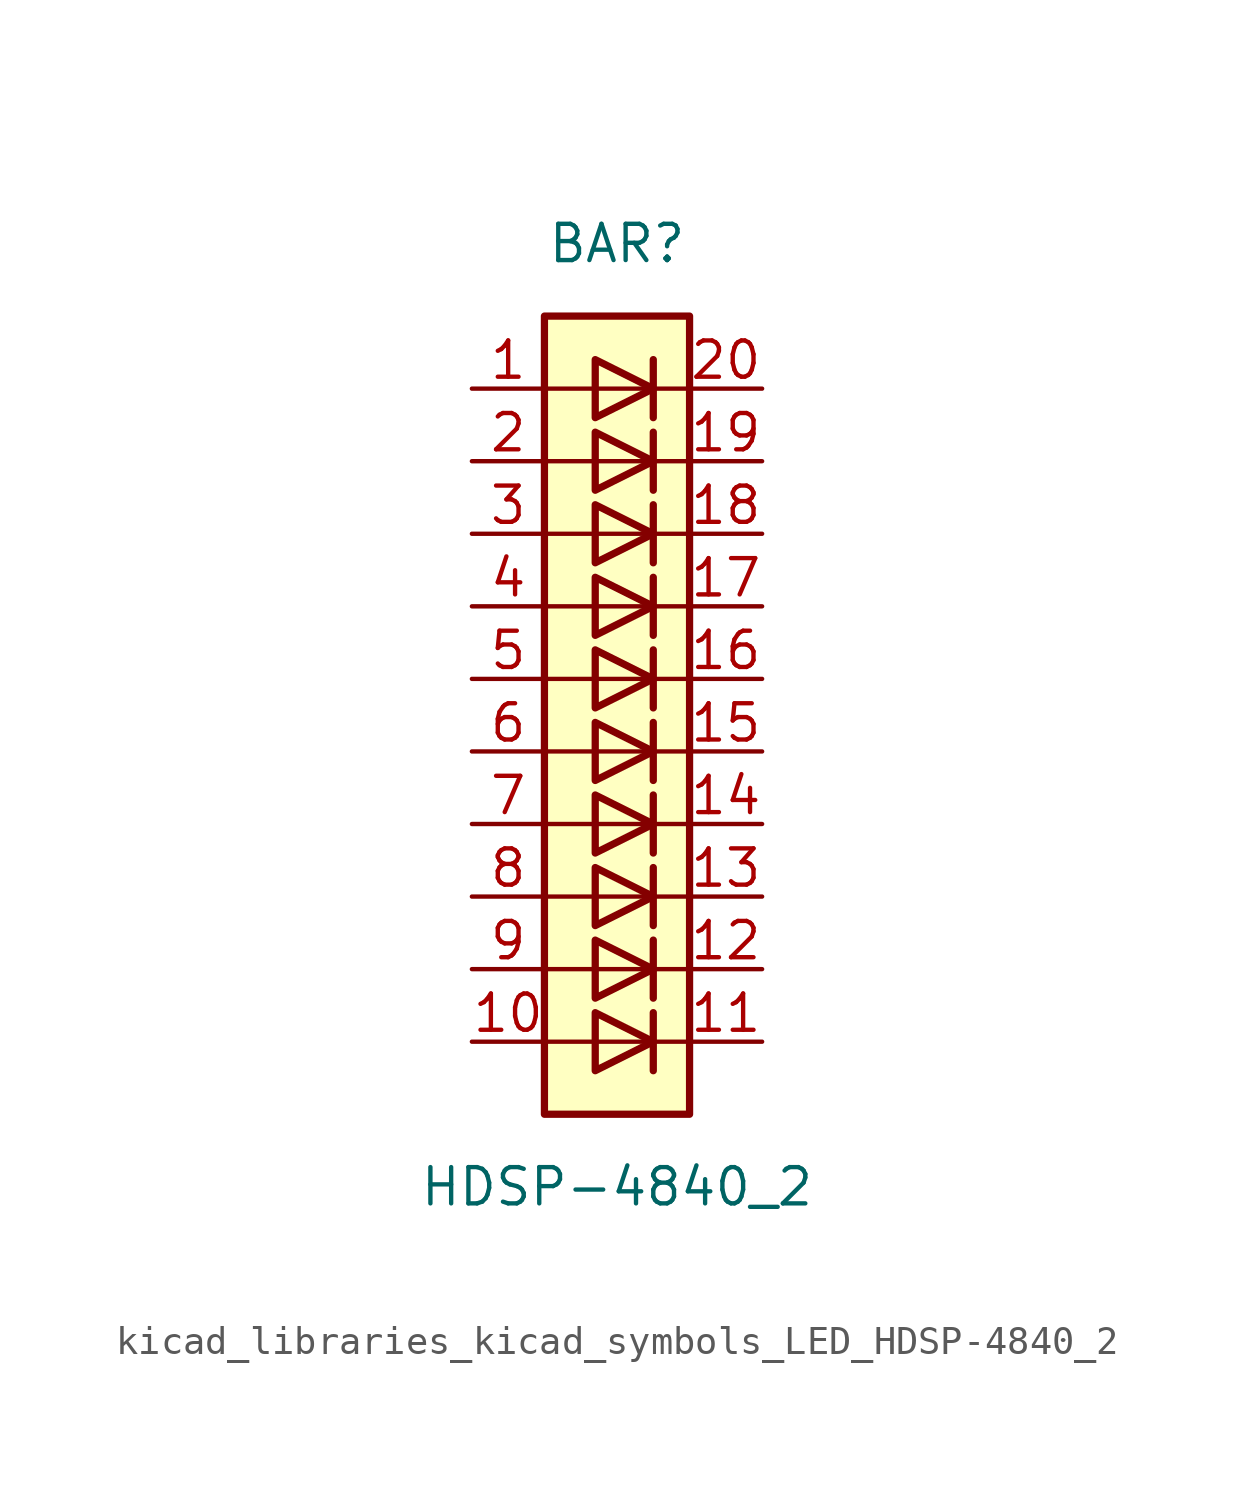
<source format=kicad_sym>
(kicad_symbol_lib
  (version 20220914)
  (generator kicad_symbol_editor)
  (symbol "kicad_libraries_kicad_symbols_LED_HDSP-4840_2"
    (pin_names
      (offset 1.016) hide)
    (property "Reference" "BAR"
      (at 0 15.24 0)
      (effects (font (size 1.27 1.27))))
    (property "Value" "HDSP-4840_2"
      (at 0 -17.78 0)
      (effects (font (size 1.27 1.27))))
    (symbol "kicad_libraries_kicad_symbols_LED_HDSP-4840_2_0_1"
      (rectangle (start -2.54 12.7) (end 2.54 -15.24) (stroke (width 0.254) (type default)) (fill (type background)))
      (polyline (pts (xy -2.54 -12.7) (xy 2.54 -12.7)) (stroke (width 0) (type default)) (fill (type none)))
      (polyline (pts (xy -2.54 -10.16) (xy 2.54 -10.16)) (stroke (width 0) (type default)) (fill (type none)))
      (polyline (pts (xy -2.54 -7.62) (xy 2.54 -7.62)) (stroke (width 0) (type default)) (fill (type none)))
      (polyline (pts (xy -2.54 -5.08) (xy 2.54 -5.08)) (stroke (width 0) (type default)) (fill (type none)))
      (polyline (pts (xy -2.54 0) (xy 2.54 0)) (stroke (width 0) (type default)) (fill (type none)))
      (polyline (pts (xy -2.54 5.08) (xy 2.54 5.08)) (stroke (width 0) (type default)) (fill (type none)))
      (polyline (pts (xy -2.54 7.62) (xy 2.54 7.62)) (stroke (width 0) (type default)) (fill (type none)))
      (polyline (pts (xy -2.54 10.16) (xy 2.54 10.16)) (stroke (width 0) (type default)) (fill (type none)))
      (polyline (pts (xy 1.27 -11.684) (xy 1.27 -13.716)) (stroke (width 0.254) (type default)) (fill (type none)))
      (polyline (pts (xy 1.27 -9.144) (xy 1.27 -11.176)) (stroke (width 0.254) (type default)) (fill (type none)))
      (polyline (pts (xy 1.27 -6.604) (xy 1.27 -8.636)) (stroke (width 0.254) (type default)) (fill (type none)))
      (polyline (pts (xy 1.27 -4.064) (xy 1.27 -6.096)) (stroke (width 0.254) (type default)) (fill (type none)))
      (polyline (pts (xy 1.27 -1.524) (xy 1.27 -3.556)) (stroke (width 0.254) (type default)) (fill (type none)))
      (polyline (pts (xy 1.27 1.016) (xy 1.27 -1.016)) (stroke (width 0.254) (type default)) (fill (type none)))
      (polyline (pts (xy 1.27 3.556) (xy 1.27 1.524)) (stroke (width 0.254) (type default)) (fill (type none)))
      (polyline (pts (xy 1.27 6.096) (xy 1.27 4.064)) (stroke (width 0.254) (type default)) (fill (type none)))
      (polyline (pts (xy 1.27 8.636) (xy 1.27 6.604)) (stroke (width 0.254) (type default)) (fill (type none)))
      (polyline (pts (xy 1.27 11.176) (xy 1.27 9.144)) (stroke (width 0.254) (type default)) (fill (type none)))
      (polyline (pts (xy 2.54 -2.54) (xy -2.54 -2.54)) (stroke (width 0) (type default)) (fill (type none)))
      (polyline (pts (xy 2.54 2.54) (xy -2.54 2.54)) (stroke (width 0) (type default)) (fill (type none)))
      (polyline (pts (xy -0.762 -11.684) (xy -0.762 -13.716) (xy 1.27 -12.7) (xy -0.762 -11.684)) (stroke (width 0.254) (type default)) (fill (type none)))
      (polyline (pts (xy -0.762 -9.144) (xy -0.762 -11.176) (xy 1.27 -10.16) (xy -0.762 -9.144)) (stroke (width 0.254) (type default)) (fill (type none)))
      (polyline (pts (xy -0.762 -6.604) (xy -0.762 -8.636) (xy 1.27 -7.62) (xy -0.762 -6.604)) (stroke (width 0.254) (type default)) (fill (type none)))
      (polyline (pts (xy -0.762 -4.064) (xy -0.762 -6.096) (xy 1.27 -5.08) (xy -0.762 -4.064)) (stroke (width 0.254) (type default)) (fill (type none)))
      (polyline (pts (xy -0.762 -1.524) (xy -0.762 -3.556) (xy 1.27 -2.54) (xy -0.762 -1.524)) (stroke (width 0.254) (type default)) (fill (type none)))
      (polyline (pts (xy -0.762 1.016) (xy -0.762 -1.016) (xy 1.27 0) (xy -0.762 1.016)) (stroke (width 0.254) (type default)) (fill (type none)))
      (polyline (pts (xy -0.762 3.556) (xy -0.762 1.524) (xy 1.27 2.54) (xy -0.762 3.556)) (stroke (width 0.254) (type default)) (fill (type none)))
      (polyline (pts (xy -0.762 6.096) (xy -0.762 4.064) (xy 1.27 5.08) (xy -0.762 6.096)) (stroke (width 0.254) (type default)) (fill (type none)))
      (polyline (pts (xy -0.762 8.636) (xy -0.762 6.604) (xy 1.27 7.62) (xy -0.762 8.636)) (stroke (width 0.254) (type default)) (fill (type none)))
      (polyline (pts (xy -0.762 11.176) (xy -0.762 9.144) (xy 1.27 10.16) (xy -0.762 11.176)) (stroke (width 0.254) (type default)) (fill (type none))))
    (symbol "kicad_libraries_kicad_symbols_LED_HDSP-4840_2_1_1"
      (pin passive line (at -5.08 10.16 0) (length 2.54) (name "A" (effects (font (size 1.27 1.27)))) (number "1" (effects (font (size 1.27 1.27)))))
      (pin passive line (at -5.08 -12.7 0) (length 2.54) (name "A" (effects (font (size 1.27 1.27)))) (number "10" (effects (font (size 1.27 1.27)))))
      (pin passive line (at 5.08 -12.7 180) (length 2.54) (name "K" (effects (font (size 1.27 1.27)))) (number "11" (effects (font (size 1.27 1.27)))))
      (pin passive line (at 5.08 -10.16 180) (length 2.54) (name "K" (effects (font (size 1.27 1.27)))) (number "12" (effects (font (size 1.27 1.27)))))
      (pin passive line (at 5.08 -7.62 180) (length 2.54) (name "K" (effects (font (size 1.27 1.27)))) (number "13" (effects (font (size 1.27 1.27)))))
      (pin passive line (at 5.08 -5.08 180) (length 2.54) (name "K" (effects (font (size 1.27 1.27)))) (number "14" (effects (font (size 1.27 1.27)))))
      (pin passive line (at 5.08 -2.54 180) (length 2.54) (name "K" (effects (font (size 1.27 1.27)))) (number "15" (effects (font (size 1.27 1.27)))))
      (pin passive line (at 5.08 0 180) (length 2.54) (name "K" (effects (font (size 1.27 1.27)))) (number "16" (effects (font (size 1.27 1.27)))))
      (pin passive line (at 5.08 2.54 180) (length 2.54) (name "K" (effects (font (size 1.27 1.27)))) (number "17" (effects (font (size 1.27 1.27)))))
      (pin passive line (at 5.08 5.08 180) (length 2.54) (name "K" (effects (font (size 1.27 1.27)))) (number "18" (effects (font (size 1.27 1.27)))))
      (pin passive line (at 5.08 7.62 180) (length 2.54) (name "K" (effects (font (size 1.27 1.27)))) (number "19" (effects (font (size 1.27 1.27)))))
      (pin passive line (at -5.08 7.62 0) (length 2.54) (name "A" (effects (font (size 1.27 1.27)))) (number "2" (effects (font (size 1.27 1.27)))))
      (pin passive line (at 5.08 10.16 180) (length 2.54) (name "K" (effects (font (size 1.27 1.27)))) (number "20" (effects (font (size 1.27 1.27)))))
      (pin passive line (at -5.08 5.08 0) (length 2.54) (name "A" (effects (font (size 1.27 1.27)))) (number "3" (effects (font (size 1.27 1.27)))))
      (pin passive line (at -5.08 2.54 0) (length 2.54) (name "A" (effects (font (size 1.27 1.27)))) (number "4" (effects (font (size 1.27 1.27)))))
      (pin passive line (at -5.08 0 0) (length 2.54) (name "A" (effects (font (size 1.27 1.27)))) (number "5" (effects (font (size 1.27 1.27)))))
      (pin passive line (at -5.08 -2.54 0) (length 2.54) (name "A" (effects (font (size 1.27 1.27)))) (number "6" (effects (font (size 1.27 1.27)))))
      (pin passive line (at -5.08 -5.08 0) (length 2.54) (name "A" (effects (font (size 1.27 1.27)))) (number "7" (effects (font (size 1.27 1.27)))))
      (pin passive line (at -5.08 -7.62 0) (length 2.54) (name "A" (effects (font (size 1.27 1.27)))) (number "8" (effects (font (size 1.27 1.27)))))
      (pin passive line (at -5.08 -10.16 0) (length 2.54) (name "A" (effects (font (size 1.27 1.27)))) (number "9" (effects (font (size 1.27 1.27))))))))
</source>
